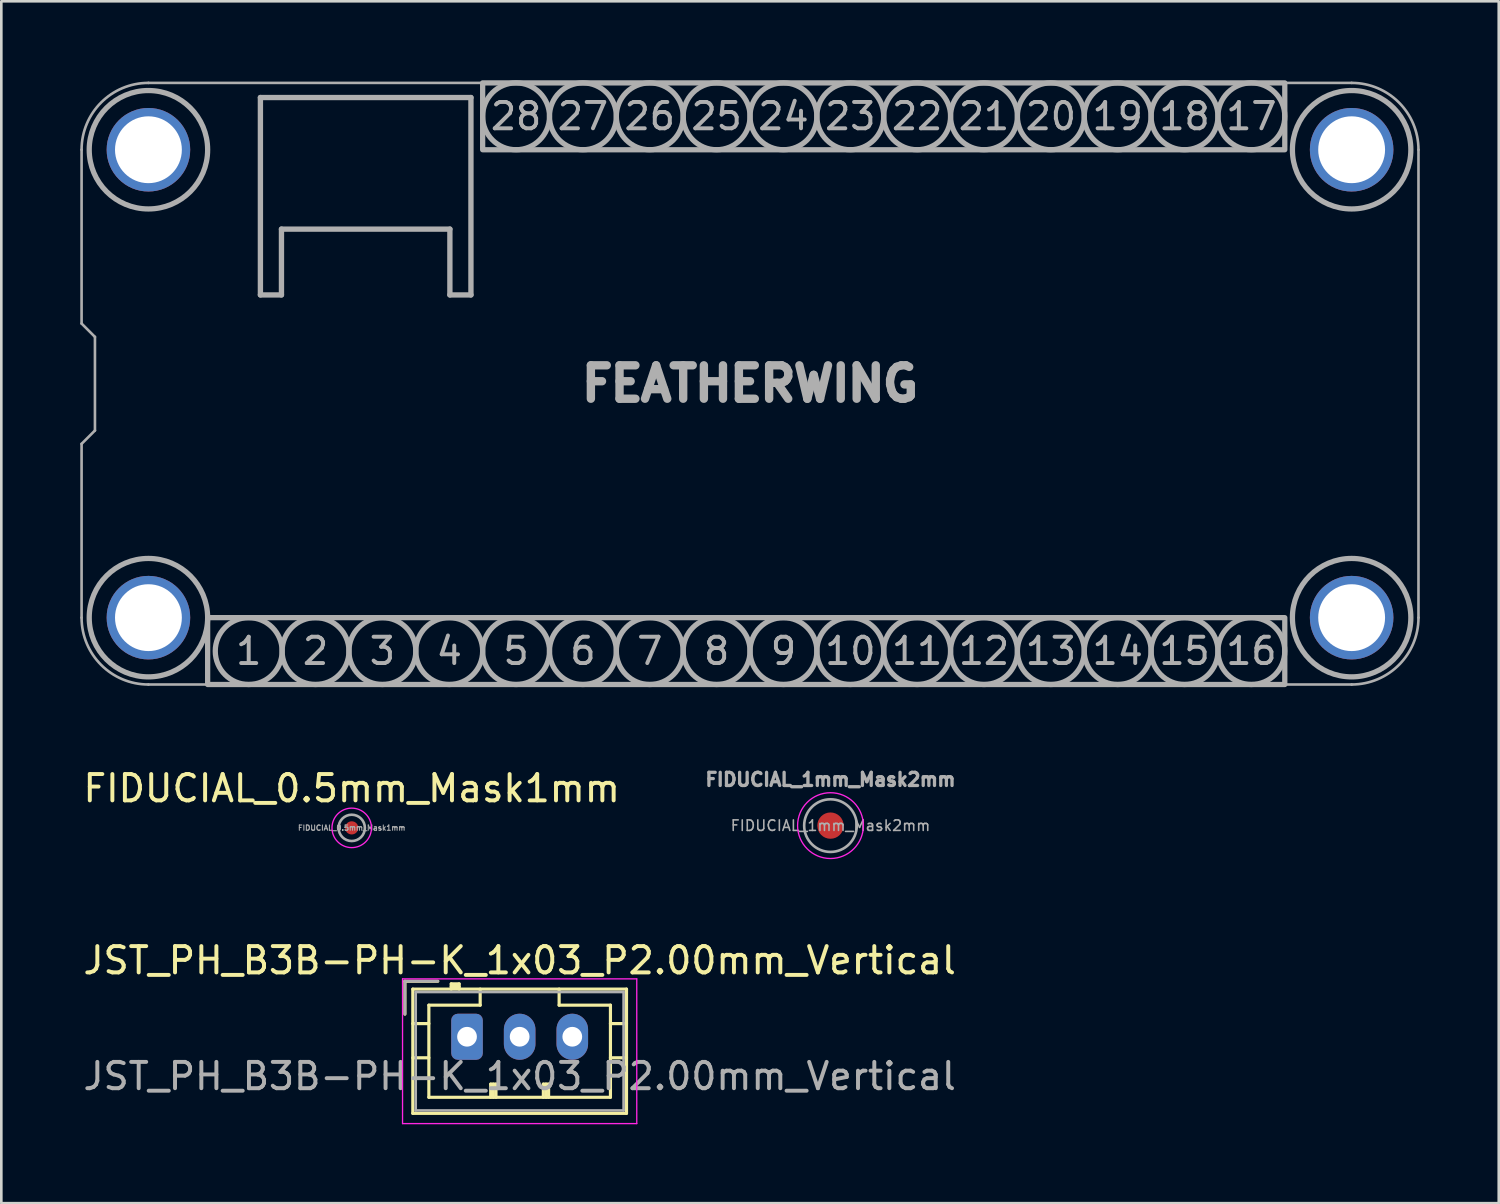
<source format=kicad_pcb>
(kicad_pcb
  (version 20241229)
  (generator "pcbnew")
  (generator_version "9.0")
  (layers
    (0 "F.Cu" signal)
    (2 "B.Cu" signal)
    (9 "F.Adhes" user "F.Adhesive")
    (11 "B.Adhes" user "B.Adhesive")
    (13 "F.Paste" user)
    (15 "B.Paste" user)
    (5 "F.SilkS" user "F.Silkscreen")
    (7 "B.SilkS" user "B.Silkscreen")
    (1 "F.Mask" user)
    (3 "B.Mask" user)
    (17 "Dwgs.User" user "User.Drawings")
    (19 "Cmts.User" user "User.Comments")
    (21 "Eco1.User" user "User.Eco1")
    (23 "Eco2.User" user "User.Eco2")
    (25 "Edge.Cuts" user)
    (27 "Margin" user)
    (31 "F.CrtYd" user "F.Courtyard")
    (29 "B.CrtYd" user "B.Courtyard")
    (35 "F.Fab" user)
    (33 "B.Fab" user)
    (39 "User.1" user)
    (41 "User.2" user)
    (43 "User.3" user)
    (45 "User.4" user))
  (footprint "FEATHERWING"
    (layer "F.Cu")
    (at 25.45 11.53)
    (property "Reference" "FEATHERWING" (at 0 0 0) (layer "F.Fab") (effects (font (size 1.27 1.27) (thickness 0.318))))
    (fp_line (start -25.4 -8.89) (end -25.4 -2.286) (stroke (width 0.1) (type solid)) (layer "F.Fab"))
    (fp_line (start -25.4 -2.286) (end -24.892 -1.778) (stroke (width 0.1) (type solid)) (layer "F.Fab"))
    (fp_line (start -25.4 2.286) (end -25.4 8.89) (stroke (width 0.1) (type solid)) (layer "F.Fab"))
    (fp_line (start -24.892 -1.778) (end -24.892 1.778) (stroke (width 0.1) (type solid)) (layer "F.Fab"))
    (fp_line (start -24.892 1.778) (end -25.4 2.286) (stroke (width 0.1) (type solid)) (layer "F.Fab"))
    (fp_line (start -22.86 11.43) (end 22.86 11.43) (stroke (width 0.1) (type solid)) (layer "F.Fab"))
    (fp_line (start -18.605 -10.874) (end -10.605 -10.874) (stroke (width 0.203) (type solid)) (layer "F.Fab"))
    (fp_line (start -18.605 -3.374) (end -18.605 -10.874) (stroke (width 0.203) (type solid)) (layer "F.Fab"))
    (fp_line (start -17.805 -5.874) (end -17.805 -3.374) (stroke (width 0.203) (type solid)) (layer "F.Fab"))
    (fp_line (start -17.805 -3.374) (end -18.605 -3.374) (stroke (width 0.203) (type solid)) (layer "F.Fab"))
    (fp_line (start -11.405 -5.874) (end -17.805 -5.874) (stroke (width 0.203) (type solid)) (layer "F.Fab"))
    (fp_line (start -11.405 -3.374) (end -11.405 -5.874) (stroke (width 0.203) (type solid)) (layer "F.Fab"))
    (fp_line (start -10.605 -10.874) (end -10.605 -3.374) (stroke (width 0.203) (type solid)) (layer "F.Fab"))
    (fp_line (start -10.605 -3.374) (end -11.405 -3.374) (stroke (width 0.203) (type solid)) (layer "F.Fab"))
    (fp_line (start 22.86 -11.43) (end -22.86 -11.43) (stroke (width 0.1) (type solid)) (layer "F.Fab"))
    (fp_line (start 25.4 8.89) (end 25.4 -8.89) (stroke (width 0.1) (type solid)) (layer "F.Fab"))
    (fp_rect (start -20.61 8.89) (end 20.32 11.43) (stroke (width 0.2) (type solid)) (fill no) (layer "F.Fab"))
    (fp_rect (start -10.16 -8.89) (end 20.32 -11.43) (stroke (width 0.2) (type solid)) (fill no) (layer "F.Fab"))
    (fp_arc (start -25.4 -8.89) (mid -24.656051 -10.686051) (end -22.86 -11.43) (stroke (width 0.1) (type solid)) (layer "F.Fab"))
    (fp_arc (start -22.86 11.43) (mid -24.656051 10.686051) (end -25.4 8.89) (stroke (width 0.1) (type solid)) (layer "F.Fab"))
    (fp_arc (start 22.86 -11.43) (mid 24.656051 -10.686051) (end 25.4 -8.89) (stroke (width 0.1) (type solid)) (layer "F.Fab"))
    (fp_arc (start 25.4 8.89) (mid 24.656051 10.686051) (end 22.86 11.43) (stroke (width 0.1) (type solid)) (layer "F.Fab"))
    (fp_circle (center -22.86 -8.89) (end -20.61 -8.89) (stroke (width 0.2) (type solid)) (fill no) (layer "F.Fab"))
    (fp_circle (center -22.86 8.89) (end -20.61 8.89) (stroke (width 0.2) (type solid)) (fill no) (layer "F.Fab"))
    (fp_circle (center -19.05 10.16) (end -17.78 10.16) (stroke (width 0.2) (type solid)) (fill no) (layer "F.Fab"))
    (fp_circle (center -16.51 10.16) (end -15.24 10.16) (stroke (width 0.2) (type solid)) (fill no) (layer "F.Fab"))
    (fp_circle (center -13.97 10.16) (end -12.7 10.16) (stroke (width 0.2) (type solid)) (fill no) (layer "F.Fab"))
    (fp_circle (center -11.43 10.16) (end -10.16 10.16) (stroke (width 0.2) (type solid)) (fill no) (layer "F.Fab"))
    (fp_circle (center -8.89 -10.16) (end -7.62 -10.16) (stroke (width 0.2) (type solid)) (fill no) (layer "F.Fab"))
    (fp_circle (center -8.89 10.16) (end -7.62 10.16) (stroke (width 0.2) (type solid)) (fill no) (layer "F.Fab"))
    (fp_circle (center -6.35 -10.16) (end -5.08 -10.16) (stroke (width 0.2) (type solid)) (fill no) (layer "F.Fab"))
    (fp_circle (center -6.35 10.16) (end -5.08 10.16) (stroke (width 0.2) (type solid)) (fill no) (layer "F.Fab"))
    (fp_circle (center -3.81 -10.16) (end -2.54 -10.16) (stroke (width 0.2) (type solid)) (fill no) (layer "F.Fab"))
    (fp_circle (center -3.81 10.16) (end -2.54 10.16) (stroke (width 0.2) (type solid)) (fill no) (layer "F.Fab"))
    (fp_circle (center -1.27 -10.16) (end 0 -10.16) (stroke (width 0.2) (type solid)) (fill no) (layer "F.Fab"))
    (fp_circle (center -1.27 10.16) (end 0 10.16) (stroke (width 0.2) (type solid)) (fill no) (layer "F.Fab"))
    (fp_circle (center 1.27 -10.16) (end 2.54 -10.16) (stroke (width 0.2) (type solid)) (fill no) (layer "F.Fab"))
    (fp_circle (center 1.27 10.16) (end 2.54 10.16) (stroke (width 0.2) (type solid)) (fill no) (layer "F.Fab"))
    (fp_circle (center 3.81 -10.16) (end 5.08 -10.16) (stroke (width 0.2) (type solid)) (fill no) (layer "F.Fab"))
    (fp_circle (center 3.81 10.16) (end 5.08 10.16) (stroke (width 0.2) (type solid)) (fill no) (layer "F.Fab"))
    (fp_circle (center 6.35 -10.16) (end 7.62 -10.16) (stroke (width 0.2) (type solid)) (fill no) (layer "F.Fab"))
    (fp_circle (center 6.35 10.16) (end 7.62 10.16) (stroke (width 0.2) (type solid)) (fill no) (layer "F.Fab"))
    (fp_circle (center 8.89 -10.16) (end 10.16 -10.16) (stroke (width 0.2) (type solid)) (fill no) (layer "F.Fab"))
    (fp_circle (center 8.89 10.16) (end 10.16 10.16) (stroke (width 0.2) (type solid)) (fill no) (layer "F.Fab"))
    (fp_circle (center 11.43 -10.16) (end 12.7 -10.16) (stroke (width 0.2) (type solid)) (fill no) (layer "F.Fab"))
    (fp_circle (center 11.43 10.16) (end 12.7 10.16) (stroke (width 0.2) (type solid)) (fill no) (layer "F.Fab"))
    (fp_circle (center 13.97 -10.16) (end 15.24 -10.16) (stroke (width 0.2) (type solid)) (fill no) (layer "F.Fab"))
    (fp_circle (center 13.97 10.16) (end 15.24 10.16) (stroke (width 0.2) (type solid)) (fill no) (layer "F.Fab"))
    (fp_circle (center 16.51 -10.16) (end 17.78 -10.16) (stroke (width 0.2) (type solid)) (fill no) (layer "F.Fab"))
    (fp_circle (center 16.51 10.16) (end 17.78 10.16) (stroke (width 0.2) (type solid)) (fill no) (layer "F.Fab"))
    (fp_circle (center 19.05 -10.16) (end 20.32 -10.16) (stroke (width 0.2) (type solid)) (fill no) (layer "F.Fab"))
    (fp_circle (center 19.05 10.16) (end 20.32 10.16) (stroke (width 0.2) (type solid)) (fill no) (layer "F.Fab"))
    (fp_circle (center 22.86 -8.89) (end 25.11 -8.89) (stroke (width 0.2) (type solid)) (fill no) (layer "F.Fab"))
    (fp_circle (center 22.86 8.89) (end 25.11 8.89) (stroke (width 0.2) (type solid)) (fill no) (layer "F.Fab"))
    (fp_text user "5" (at -8.89 10.16 0) (unlocked yes) (layer "F.Fab") (effects (font (size 1 1) (thickness 0.15))))
    (fp_text user "3" (at -13.97 10.16 0) (unlocked yes) (layer "F.Fab") (effects (font (size 1 1) (thickness 0.15))))
    (fp_text user "1" (at -19.05 10.16 0) (unlocked yes) (layer "F.Fab") (effects (font (size 1 1) (thickness 0.15))))
    (fp_text user "28" (at -8.89 -10.16 0) (unlocked yes) (layer "F.Fab") (effects (font (size 1 1) (thickness 0.15))))
    (fp_text user "17" (at 19.05 -10.16 0) (unlocked yes) (layer "F.Fab") (effects (font (size 1 1) (thickness 0.15))))
    (fp_text user "22" (at 6.35 -10.16 0) (unlocked yes) (layer "F.Fab") (effects (font (size 1 1) (thickness 0.15))))
    (fp_text user "21" (at 8.89 -10.16 0) (unlocked yes) (layer "F.Fab") (effects (font (size 1 1) (thickness 0.15))))
    (fp_text user "23" (at 3.81 -10.16 0) (unlocked yes) (layer "F.Fab") (effects (font (size 1 1) (thickness 0.15))))
    (fp_text user "18" (at 16.51 -10.16 0) (unlocked yes) (layer "F.Fab") (effects (font (size 1 1) (thickness 0.15))))
    (fp_text user "27" (at -6.35 -10.16 0) (unlocked yes) (layer "F.Fab") (effects (font (size 1 1) (thickness 0.15))))
    (fp_text user "20" (at 11.43 -10.16 0) (unlocked yes) (layer "F.Fab") (effects (font (size 1 1) (thickness 0.15))))
    (fp_text user "4" (at -11.43 10.16 0) (unlocked yes) (layer "F.Fab") (effects (font (size 1 1) (thickness 0.15))))
    (fp_text user "11" (at 6.35 10.16 0) (unlocked yes) (layer "F.Fab") (effects (font (size 1 1) (thickness 0.15))))
    (fp_text user "8" (at -1.27 10.16 0) (unlocked yes) (layer "F.Fab") (effects (font (size 1 1) (thickness 0.15))))
    (fp_text user "6" (at -6.35 10.16 0) (unlocked yes) (layer "F.Fab") (effects (font (size 1 1) (thickness 0.15))))
    (fp_text user "25" (at -1.27 -10.16 0) (unlocked yes) (layer "F.Fab") (effects (font (size 1 1) (thickness 0.15))))
    (fp_text user "10" (at 3.81 10.16 0) (unlocked yes) (layer "F.Fab") (effects (font (size 1 1) (thickness 0.15))))
    (fp_text user "12" (at 8.89 10.16 0) (unlocked yes) (layer "F.Fab") (effects (font (size 1 1) (thickness 0.15))))
    (fp_text user "16" (at 19.05 10.16 0) (unlocked yes) (layer "F.Fab") (effects (font (size 1 1) (thickness 0.15))))
    (fp_text user "9" (at 1.27 10.16 0) (unlocked yes) (layer "F.Fab") (effects (font (size 1 1) (thickness 0.15))))
    (fp_text user "14" (at 13.97 10.16 0) (unlocked yes) (layer "F.Fab") (effects (font (size 1 1) (thickness 0.15))))
    (fp_text user "13" (at 11.43 10.16 0) (unlocked yes) (layer "F.Fab") (effects (font (size 1 1) (thickness 0.15))))
    (fp_text user "15" (at 16.51 10.16 0) (unlocked yes) (layer "F.Fab") (effects (font (size 1 1) (thickness 0.15))))
    (fp_text user "19" (at 13.97 -10.16 0) (unlocked yes) (layer "F.Fab") (effects (font (size 1 1) (thickness 0.15))))
    (fp_text user "2" (at -16.51 10.16 0) (unlocked yes) (layer "F.Fab") (effects (font (size 1 1) (thickness 0.15))))
    (fp_text user "26" (at -3.81 -10.16 0) (unlocked yes) (layer "F.Fab") (effects (font (size 1 1) (thickness 0.15))))
    (fp_text user "7" (at -3.81 10.16 0) (unlocked yes) (layer "F.Fab") (effects (font (size 1 1) (thickness 0.15))))
    (fp_text user "24" (at 1.27 -10.16 0) (unlocked yes) (layer "F.Fab") (effects (font (size 1 1) (thickness 0.15))))
    (pad "" thru_hole circle (at -22.86 -8.89) (size 3.175 3.175) (drill 2.54) (layers "*.Cu" "*.Mask"))
    (pad "" thru_hole circle (at -22.86 8.89) (size 3.175 3.175) (drill 2.54) (layers "*.Cu" "*.Mask"))
    (pad "" thru_hole circle (at 22.86 -8.89) (size 3.175 3.175) (drill 2.54) (layers "*.Cu" "*.Mask"))
    (pad "" thru_hole circle (at 22.86 8.89) (size 3.175 3.175) (drill 2.54) (layers "*.Cu" "*.Mask")))
  (footprint "FIDUCIAL_1mm_Mask2mm"
    (layer "F.Cu")
    (at 28.507 28.322)
    (property "Reference" "FIDUCIAL_1mm_Mask2mm" (at 0 -1.75 0) (layer "F.Fab") (effects (font (size 0.5 0.5) (thickness 0.125))))
    (attr smd)
    (fp_circle (center 0 0) (end 1.25 0) (stroke (width 0.05) (type solid)) (fill no) (layer "F.CrtYd"))
    (fp_circle (center 0 0) (end 1 0) (stroke (width 0.1) (type solid)) (fill no) (layer "F.Fab"))
    (fp_text user "${REFERENCE}" (at 0 0 0) (layer "F.Fab") (effects (font (size 0.4 0.4) (thickness 0.06))))
    (pad "" smd circle (at 0 0) (size 1 1) (layers "F.Cu" "F.Mask")))
  (footprint "JST_PH_B3B-PH-K_1x03_P2.00mm_Vertical"
    (layer "F.Cu")
    (at 16.696 36.345)
    (property "Reference" "JST_PH_B3B-PH-K_1x03_P2.00mm_Vertical" (at 0 -2.9 0) (layer "F.SilkS") (effects (font (size 1 1) (thickness 0.15))))
    (attr through_hole)
    (fp_line (start -4.36 -2.11) (end -4.36 -0.86) (stroke (width 0.12) (type solid)) (layer "F.SilkS"))
    (fp_line (start -4.06 -1.81) (end -4.06 2.91) (stroke (width 0.12) (type solid)) (layer "F.SilkS"))
    (fp_line (start -4.06 -0.5) (end -3.45 -0.5) (stroke (width 0.12) (type solid)) (layer "F.SilkS"))
    (fp_line (start -4.06 0.8) (end -3.45 0.8) (stroke (width 0.12) (type solid)) (layer "F.SilkS"))
    (fp_line (start -4.06 2.91) (end 4.06 2.91) (stroke (width 0.12) (type solid)) (layer "F.SilkS"))
    (fp_line (start -3.45 -1.2) (end -3.45 2.3) (stroke (width 0.12) (type solid)) (layer "F.SilkS"))
    (fp_line (start -3.45 2.3) (end 3.45 2.3) (stroke (width 0.12) (type solid)) (layer "F.SilkS"))
    (fp_line (start -3.11 -2.11) (end -4.36 -2.11) (stroke (width 0.12) (type solid)) (layer "F.SilkS"))
    (fp_line (start -2.6 -2.01) (end -2.6 -1.81) (stroke (width 0.12) (type solid)) (layer "F.SilkS"))
    (fp_line (start -2.3 -2.01) (end -2.6 -2.01) (stroke (width 0.12) (type solid)) (layer "F.SilkS"))
    (fp_line (start -2.3 -1.91) (end -2.6 -1.91) (stroke (width 0.12) (type solid)) (layer "F.SilkS"))
    (fp_line (start -2.3 -1.81) (end -2.3 -2.01) (stroke (width 0.12) (type solid)) (layer "F.SilkS"))
    (fp_line (start -1.5 -1.81) (end -1.5 -1.2) (stroke (width 0.12) (type solid)) (layer "F.SilkS"))
    (fp_line (start -1.5 -1.2) (end -3.45 -1.2) (stroke (width 0.12) (type solid)) (layer "F.SilkS"))
    (fp_line (start -1.1 1.8) (end -0.9 1.8) (stroke (width 0.12) (type solid)) (layer "F.SilkS"))
    (fp_line (start -1.1 2.3) (end -1.1 1.8) (stroke (width 0.12) (type solid)) (layer "F.SilkS"))
    (fp_line (start -1 2.3) (end -1 1.8) (stroke (width 0.12) (type solid)) (layer "F.SilkS"))
    (fp_line (start -0.9 1.8) (end -0.9 2.3) (stroke (width 0.12) (type solid)) (layer "F.SilkS"))
    (fp_line (start 0.9 1.8) (end 1.1 1.8) (stroke (width 0.12) (type solid)) (layer "F.SilkS"))
    (fp_line (start 0.9 2.3) (end 0.9 1.8) (stroke (width 0.12) (type solid)) (layer "F.SilkS"))
    (fp_line (start 1 2.3) (end 1 1.8) (stroke (width 0.12) (type solid)) (layer "F.SilkS"))
    (fp_line (start 1.1 1.8) (end 1.1 2.3) (stroke (width 0.12) (type solid)) (layer "F.SilkS"))
    (fp_line (start 1.5 -1.2) (end 1.5 -1.81) (stroke (width 0.12) (type solid)) (layer "F.SilkS"))
    (fp_line (start 3.45 -1.2) (end 1.5 -1.2) (stroke (width 0.12) (type solid)) (layer "F.SilkS"))
    (fp_line (start 3.45 2.3) (end 3.45 -1.2) (stroke (width 0.12) (type solid)) (layer "F.SilkS"))
    (fp_line (start 4.06 -1.81) (end -4.06 -1.81) (stroke (width 0.12) (type solid)) (layer "F.SilkS"))
    (fp_line (start 4.06 -0.5) (end 3.45 -0.5) (stroke (width 0.12) (type solid)) (layer "F.SilkS"))
    (fp_line (start 4.06 0.8) (end 3.45 0.8) (stroke (width 0.12) (type solid)) (layer "F.SilkS"))
    (fp_line (start 4.06 2.91) (end 4.06 -1.81) (stroke (width 0.12) (type solid)) (layer "F.SilkS"))
    (fp_line (start -4.45 -2.2) (end -4.45 3.3) (stroke (width 0.05) (type solid)) (layer "F.CrtYd"))
    (fp_line (start -4.45 3.3) (end 4.45 3.3) (stroke (width 0.05) (type solid)) (layer "F.CrtYd"))
    (fp_line (start 4.45 -2.2) (end -4.45 -2.2) (stroke (width 0.05) (type solid)) (layer "F.CrtYd"))
    (fp_line (start 4.45 3.3) (end 4.45 -2.2) (stroke (width 0.05) (type solid)) (layer "F.CrtYd"))
    (fp_line (start -4.36 -2.11) (end -4.36 -0.86) (stroke (width 0.1) (type solid)) (layer "F.Fab"))
    (fp_line (start -3.95 -1.7) (end -3.95 2.8) (stroke (width 0.1) (type solid)) (layer "F.Fab"))
    (fp_line (start -3.95 2.8) (end 3.95 2.8) (stroke (width 0.1) (type solid)) (layer "F.Fab"))
    (fp_line (start -3.11 -2.11) (end -4.36 -2.11) (stroke (width 0.1) (type solid)) (layer "F.Fab"))
    (fp_line (start 3.95 -1.7) (end -3.95 -1.7) (stroke (width 0.1) (type solid)) (layer "F.Fab"))
    (fp_line (start 3.95 2.8) (end 3.95 -1.7) (stroke (width 0.1) (type solid)) (layer "F.Fab"))
    (fp_text user "${REFERENCE}" (at 0 1.5 0) (layer "F.Fab") (effects (font (size 1 1) (thickness 0.15))))
    (pad "1" thru_hole roundrect (at -2 0) (size 1.2 1.75) (drill 0.75) (layers "*.Cu" "*.Mask") (roundrect_rratio 0.208))
    (pad "2" thru_hole oval (at 0 0) (size 1.2 1.75) (drill 0.75) (layers "*.Cu" "*.Mask"))
    (pad "3" thru_hole oval (at 2 0) (size 1.2 1.75) (drill 0.75) (layers "*.Cu" "*.Mask")))
  (footprint "FIDUCIAL_0.5mm_Mask1mm"
    (layer "F.Cu")
    (at 10.315 28.408)
    (property "Reference" "FIDUCIAL_0.5mm_Mask1mm" (at 0 -1.5 0) (layer "F.SilkS") (effects (font (size 1 1) (thickness 0.15))))
    (attr smd)
    (fp_circle (center 0 0) (end 0.75 0) (stroke (width 0.05) (type solid)) (fill no) (layer "F.CrtYd"))
    (fp_circle (center 0 0) (end 0.5 0) (stroke (width 0.1) (type solid)) (fill no) (layer "F.Fab"))
    (fp_text user "${REFERENCE}" (at 0 0 0) (layer "F.Fab") (effects (font (size 0.2 0.2) (thickness 0.04))))
    (pad "" smd circle (at 0 0) (size 0.5 0.5) (layers "F.Cu" "F.Mask")))
  (gr_rect
    (start -3 -3)
    (end 53.9 42.67)
    (stroke (width 0.1) (type default))
    (fill no)
    (layer "Edge.Cuts")))
</source>
